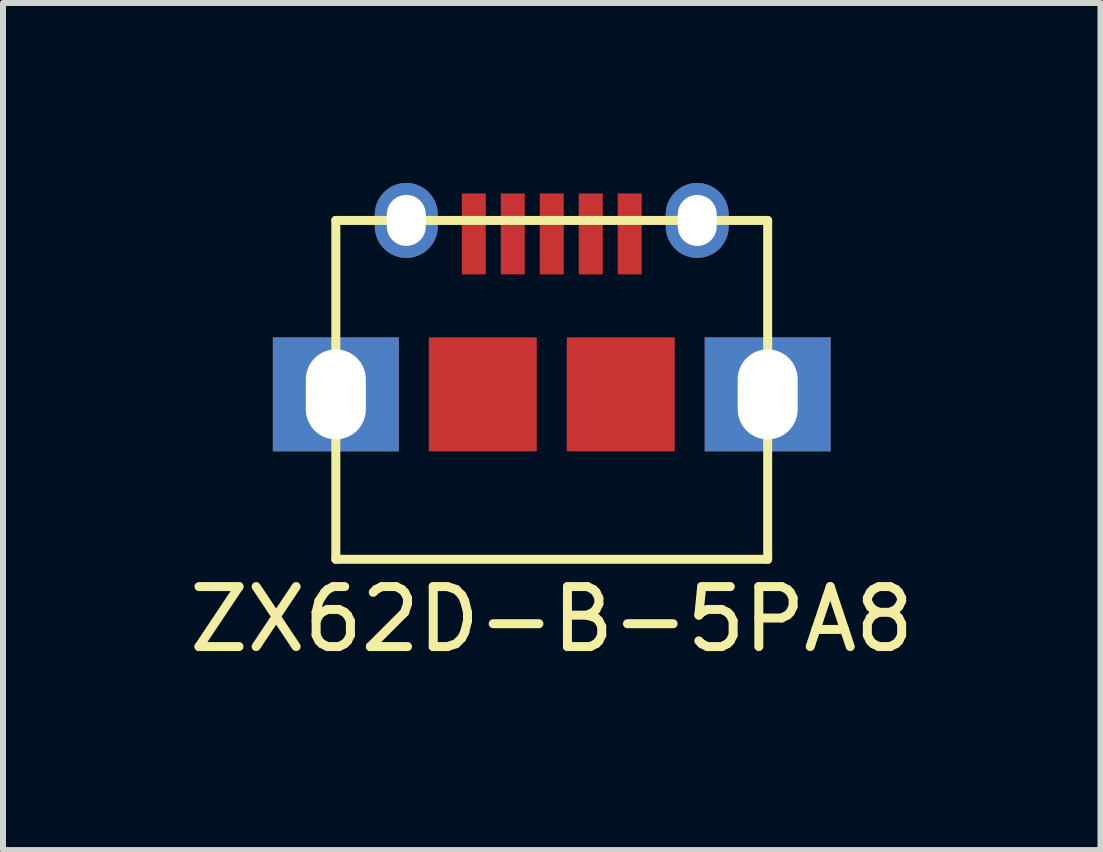
<source format=kicad_pcb>
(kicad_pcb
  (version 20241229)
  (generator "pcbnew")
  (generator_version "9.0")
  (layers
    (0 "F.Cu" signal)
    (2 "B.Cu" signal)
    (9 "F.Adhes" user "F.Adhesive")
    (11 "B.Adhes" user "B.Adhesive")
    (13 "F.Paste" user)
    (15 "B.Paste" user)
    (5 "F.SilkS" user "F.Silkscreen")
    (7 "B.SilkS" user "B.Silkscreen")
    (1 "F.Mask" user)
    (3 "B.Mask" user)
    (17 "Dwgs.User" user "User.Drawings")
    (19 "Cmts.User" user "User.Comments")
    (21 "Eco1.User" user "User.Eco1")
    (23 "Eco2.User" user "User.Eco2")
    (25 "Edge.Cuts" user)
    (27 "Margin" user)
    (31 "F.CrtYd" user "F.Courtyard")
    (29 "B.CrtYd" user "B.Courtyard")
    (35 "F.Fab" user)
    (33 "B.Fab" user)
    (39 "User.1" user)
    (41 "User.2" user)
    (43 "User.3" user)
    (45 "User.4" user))
  (footprint "ZX62D-B-5PA8"
    (layer "F.Cu")
    (at 6.149 3.525)
    (property "Reference" "ZX62D-B-5PA8" (at 0 3.75 0) (layer "F.SilkS") (effects (font (size 1 1) (thickness 0.15))))
    (attr through_hole)
    (fp_line (start -3.6 -2.9) (end 3.6 -2.9) (stroke (width 0.15) (type solid)) (layer "F.SilkS"))
    (fp_line (start -3.6 2.75) (end -3.6 -2.9) (stroke (width 0.15) (type solid)) (layer "F.SilkS"))
    (fp_line (start 3.6 -2.9) (end 3.6 2.75) (stroke (width 0.15) (type solid)) (layer "F.SilkS"))
    (fp_line (start 3.6 2.75) (end -3.6 2.75) (stroke (width 0.15) (type solid)) (layer "F.SilkS"))
    (pad "" np_thru_hole rect (at -3.6 0) (size 2.1 1.9) (drill oval 1 1.5) (layers "*.Cu" "*.Mask"))
    (pad "" np_thru_hole oval (at -2.425 -2.9) (size 1.05 1.25) (drill oval 0.65 0.85) (layers "*.Cu" "*.Mask"))
    (pad "" smd rect (at -1.15 0) (size 1.8 1.9) (layers "F.Cu" "F.Mask" "F.Paste"))
    (pad "" smd rect (at 1.15 0) (size 1.8 1.9) (layers "F.Cu" "F.Mask" "F.Paste"))
    (pad "" np_thru_hole oval (at 2.425 -2.9) (size 1.05 1.25) (drill oval 0.65 0.85) (layers "*.Cu" "*.Mask"))
    (pad "" np_thru_hole rect (at 3.6 0) (size 2.1 1.9) (drill oval 1 1.5) (layers "*.Cu" "*.Mask"))
    (pad "1" smd rect (at -1.3 -2.675) (size 0.4 1.35) (layers "F.Cu" "F.Mask" "F.Paste"))
    (pad "2" smd rect (at -0.65 -2.675) (size 0.4 1.35) (layers "F.Cu" "F.Mask" "F.Paste"))
    (pad "3" smd rect (at 0 -2.675) (size 0.4 1.35) (layers "F.Cu" "F.Mask" "F.Paste"))
    (pad "4" smd rect (at 0.65 -2.675) (size 0.4 1.35) (layers "F.Cu" "F.Mask" "F.Paste"))
    (pad "5" smd rect (at 1.3 -2.675) (size 0.4 1.35) (layers "F.Cu" "F.Mask" "F.Paste")))
  (gr_rect
    (start -3 -3)
    (end 15.298 11.123)
    (stroke (width 0.1) (type default))
    (fill no)
    (layer "Edge.Cuts")))
</source>
